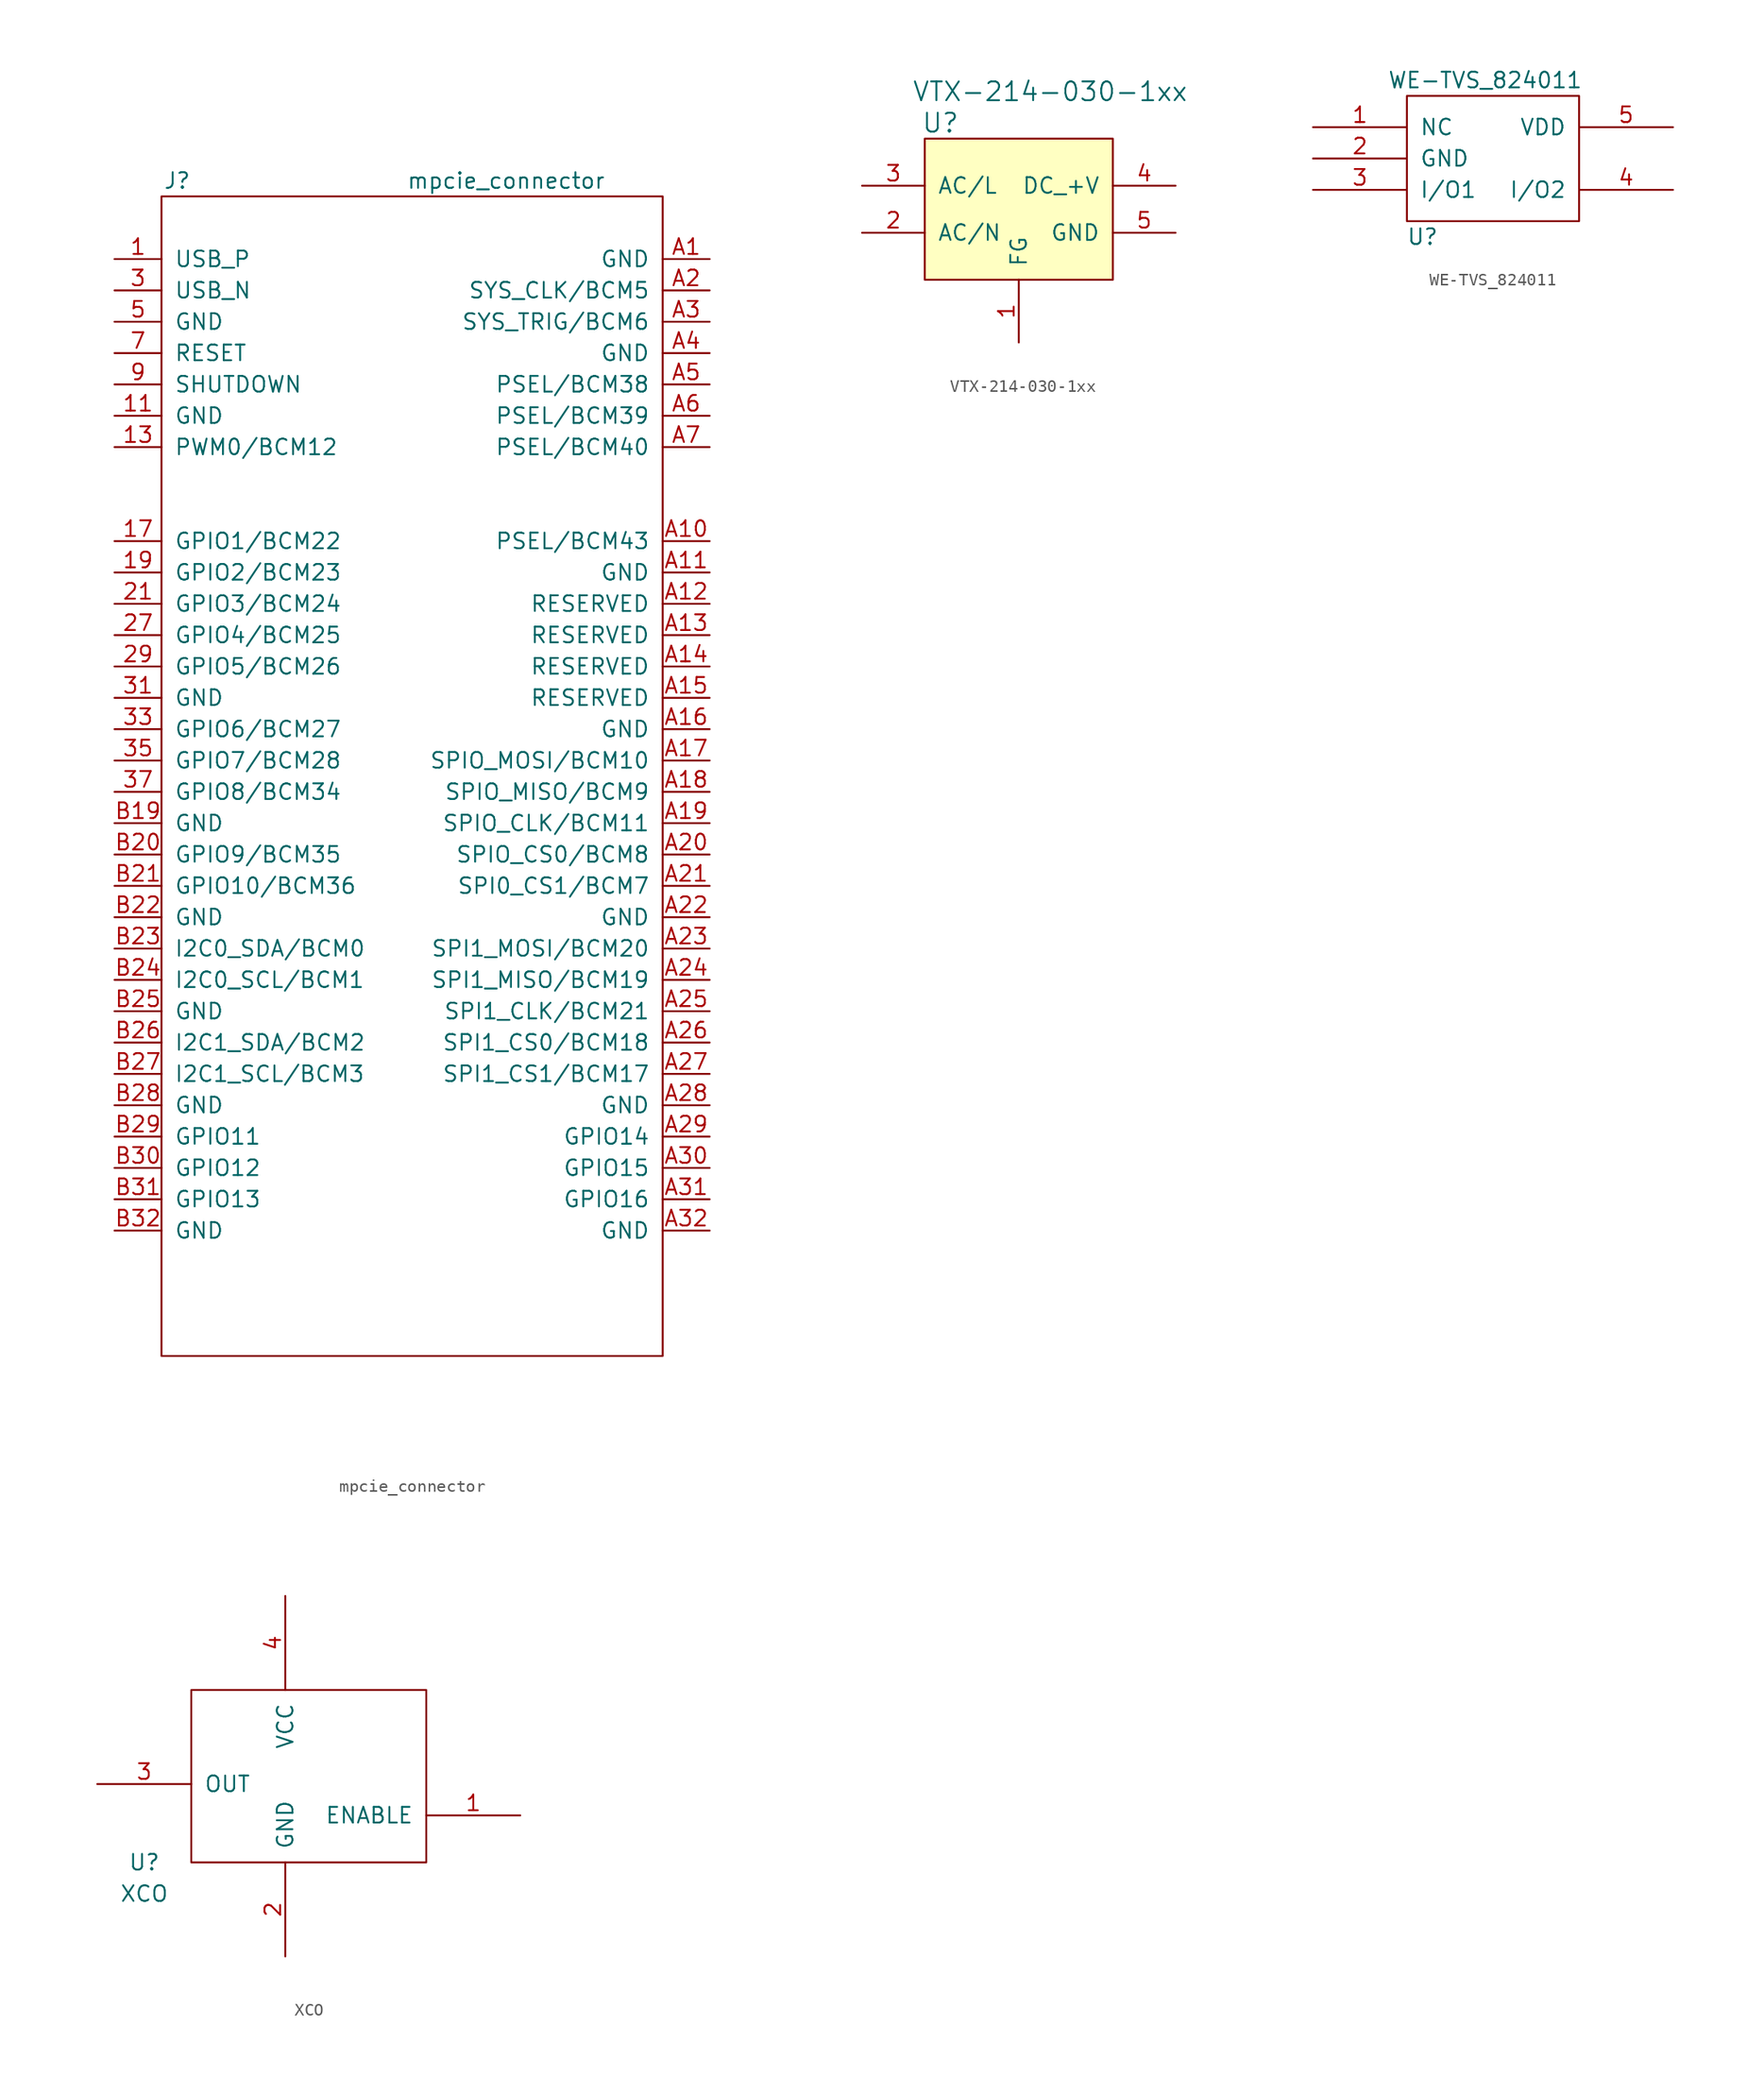
<source format=kicad_sym>
(kicad_symbol_lib
  (version 20211014)
  (generator kicad_symbol_editor)
  (symbol "mpcie_connector"
    (pin_names
      (offset 1.016))
    (property "Reference" "J"
      (at -19.05 45.72 0)
      (effects (font (size 1.27 1.27))))
    (property "Value" "mpcie_connector"
      (at 7.62 45.72 0)
      (effects (font (size 1.27 1.27))))
    (symbol "mpcie_connector_1_0"
      (rectangle (start -20.32 -49.53) (end 20.32 44.45) (stroke (width 0) (type default) (color 0 0 0 0)) (fill (type none))))
    (symbol "mpcie_connector_1_1"
      (pin input line (at -24.13 39.37 0) (length 3.81) (name "USB_P" (effects (font (size 1.27 1.27)))) (number "1" (effects (font (size 1.27 1.27)))))
      (pin input line (at -24.13 26.67 0) (length 3.81) (name "GND" (effects (font (size 1.27 1.27)))) (number "11" (effects (font (size 1.27 1.27)))))
      (pin input line (at -24.13 24.13 0) (length 3.81) (name "PWM0/BCM12" (effects (font (size 1.27 1.27)))) (number "13" (effects (font (size 1.27 1.27)))))
      (pin input line (at -24.13 16.51 0) (length 3.81) (name "GPIO1/BCM22" (effects (font (size 1.27 1.27)))) (number "17" (effects (font (size 1.27 1.27)))))
      (pin input line (at -24.13 13.97 0) (length 3.81) (name "GPIO2/BCM23" (effects (font (size 1.27 1.27)))) (number "19" (effects (font (size 1.27 1.27)))))
      (pin input line (at -24.13 11.43 0) (length 3.81) (name "GPIO3/BCM24" (effects (font (size 1.27 1.27)))) (number "21" (effects (font (size 1.27 1.27)))))
      (pin input line (at -24.13 8.89 0) (length 3.81) (name "GPIO4/BCM25" (effects (font (size 1.27 1.27)))) (number "27" (effects (font (size 1.27 1.27)))))
      (pin input line (at -24.13 6.35 0) (length 3.81) (name "GPIO5/BCM26" (effects (font (size 1.27 1.27)))) (number "29" (effects (font (size 1.27 1.27)))))
      (pin input line (at -24.13 36.83 0) (length 3.81) (name "USB_N" (effects (font (size 1.27 1.27)))) (number "3" (effects (font (size 1.27 1.27)))))
      (pin input line (at -24.13 3.81 0) (length 3.81) (name "GND" (effects (font (size 1.27 1.27)))) (number "31" (effects (font (size 1.27 1.27)))))
      (pin input line (at -24.13 1.27 0) (length 3.81) (name "GPIO6/BCM27" (effects (font (size 1.27 1.27)))) (number "33" (effects (font (size 1.27 1.27)))))
      (pin input line (at -24.13 -1.27 0) (length 3.81) (name "GPIO7/BCM28" (effects (font (size 1.27 1.27)))) (number "35" (effects (font (size 1.27 1.27)))))
      (pin input line (at -24.13 -3.81 0) (length 3.81) (name "GPIO8/BCM34" (effects (font (size 1.27 1.27)))) (number "37" (effects (font (size 1.27 1.27)))))
      (pin input line (at -24.13 34.29 0) (length 3.81) (name "GND" (effects (font (size 1.27 1.27)))) (number "5" (effects (font (size 1.27 1.27)))))
      (pin input line (at -24.13 31.75 0) (length 3.81) (name "RESET" (effects (font (size 1.27 1.27)))) (number "7" (effects (font (size 1.27 1.27)))))
      (pin input line (at -24.13 29.21 0) (length 3.81) (name "SHUTDOWN" (effects (font (size 1.27 1.27)))) (number "9" (effects (font (size 1.27 1.27)))))
      (pin input line (at 24.13 39.37 180) (length 3.81) (name "GND" (effects (font (size 1.27 1.27)))) (number "A1" (effects (font (size 1.27 1.27)))))
      (pin input line (at 24.13 16.51 180) (length 3.81) (name "PSEL/BCM43" (effects (font (size 1.27 1.27)))) (number "A10" (effects (font (size 1.27 1.27)))))
      (pin input line (at 24.13 13.97 180) (length 3.81) (name "GND" (effects (font (size 1.27 1.27)))) (number "A11" (effects (font (size 1.27 1.27)))))
      (pin input line (at 24.13 11.43 180) (length 3.81) (name "RESERVED" (effects (font (size 1.27 1.27)))) (number "A12" (effects (font (size 1.27 1.27)))))
      (pin input line (at 24.13 8.89 180) (length 3.81) (name "RESERVED" (effects (font (size 1.27 1.27)))) (number "A13" (effects (font (size 1.27 1.27)))))
      (pin input line (at 24.13 6.35 180) (length 3.81) (name "RESERVED" (effects (font (size 1.27 1.27)))) (number "A14" (effects (font (size 1.27 1.27)))))
      (pin input line (at 24.13 3.81 180) (length 3.81) (name "RESERVED" (effects (font (size 1.27 1.27)))) (number "A15" (effects (font (size 1.27 1.27)))))
      (pin input line (at 24.13 1.27 180) (length 3.81) (name "GND" (effects (font (size 1.27 1.27)))) (number "A16" (effects (font (size 1.27 1.27)))))
      (pin input line (at 24.13 -1.27 180) (length 3.81) (name "SPIO_MOSI/BCM10" (effects (font (size 1.27 1.27)))) (number "A17" (effects (font (size 1.27 1.27)))))
      (pin input line (at 24.13 -3.81 180) (length 3.81) (name "SPIO_MISO/BCM9" (effects (font (size 1.27 1.27)))) (number "A18" (effects (font (size 1.27 1.27)))))
      (pin input line (at 24.13 -6.35 180) (length 3.81) (name "SPIO_CLK/BCM11" (effects (font (size 1.27 1.27)))) (number "A19" (effects (font (size 1.27 1.27)))))
      (pin input line (at 24.13 36.83 180) (length 3.81) (name "SYS_CLK/BCM5" (effects (font (size 1.27 1.27)))) (number "A2" (effects (font (size 1.27 1.27)))))
      (pin input line (at 24.13 -8.89 180) (length 3.81) (name "SPIO_CS0/BCM8" (effects (font (size 1.27 1.27)))) (number "A20" (effects (font (size 1.27 1.27)))))
      (pin input line (at 24.13 -11.43 180) (length 3.81) (name "SPI0_CS1/BCM7" (effects (font (size 1.27 1.27)))) (number "A21" (effects (font (size 1.27 1.27)))))
      (pin input line (at 24.13 -13.97 180) (length 3.81) (name "GND" (effects (font (size 1.27 1.27)))) (number "A22" (effects (font (size 1.27 1.27)))))
      (pin input line (at 24.13 -16.51 180) (length 3.81) (name "SPI1_MOSI/BCM20" (effects (font (size 1.27 1.27)))) (number "A23" (effects (font (size 1.27 1.27)))))
      (pin input line (at 24.13 -19.05 180) (length 3.81) (name "SPI1_MISO/BCM19" (effects (font (size 1.27 1.27)))) (number "A24" (effects (font (size 1.27 1.27)))))
      (pin input line (at 24.13 -21.59 180) (length 3.81) (name "SPI1_CLK/BCM21" (effects (font (size 1.27 1.27)))) (number "A25" (effects (font (size 1.27 1.27)))))
      (pin input line (at 24.13 -24.13 180) (length 3.81) (name "SPI1_CS0/BCM18" (effects (font (size 1.27 1.27)))) (number "A26" (effects (font (size 1.27 1.27)))))
      (pin input line (at 24.13 -26.67 180) (length 3.81) (name "SPI1_CS1/BCM17" (effects (font (size 1.27 1.27)))) (number "A27" (effects (font (size 1.27 1.27)))))
      (pin input line (at 24.13 -29.21 180) (length 3.81) (name "GND" (effects (font (size 1.27 1.27)))) (number "A28" (effects (font (size 1.27 1.27)))))
      (pin input line (at 24.13 -31.75 180) (length 3.81) (name "GPIO14" (effects (font (size 1.27 1.27)))) (number "A29" (effects (font (size 1.27 1.27)))))
      (pin input line (at 24.13 34.29 180) (length 3.81) (name "SYS_TRIG/BCM6" (effects (font (size 1.27 1.27)))) (number "A3" (effects (font (size 1.27 1.27)))))
      (pin input line (at 24.13 -34.29 180) (length 3.81) (name "GPIO15" (effects (font (size 1.27 1.27)))) (number "A30" (effects (font (size 1.27 1.27)))))
      (pin input line (at 24.13 -36.83 180) (length 3.81) (name "GPIO16" (effects (font (size 1.27 1.27)))) (number "A31" (effects (font (size 1.27 1.27)))))
      (pin input line (at 24.13 -39.37 180) (length 3.81) (name "GND" (effects (font (size 1.27 1.27)))) (number "A32" (effects (font (size 1.27 1.27)))))
      (pin input line (at 24.13 31.75 180) (length 3.81) (name "GND" (effects (font (size 1.27 1.27)))) (number "A4" (effects (font (size 1.27 1.27)))))
      (pin input line (at 24.13 29.21 180) (length 3.81) (name "PSEL/BCM38" (effects (font (size 1.27 1.27)))) (number "A5" (effects (font (size 1.27 1.27)))))
      (pin input line (at 24.13 26.67 180) (length 3.81) (name "PSEL/BCM39" (effects (font (size 1.27 1.27)))) (number "A6" (effects (font (size 1.27 1.27)))))
      (pin input line (at 24.13 24.13 180) (length 3.81) (name "PSEL/BCM40" (effects (font (size 1.27 1.27)))) (number "A7" (effects (font (size 1.27 1.27)))))
      (pin input line (at -24.13 -6.35 0) (length 3.81) (name "GND" (effects (font (size 1.27 1.27)))) (number "B19" (effects (font (size 1.27 1.27)))))
      (pin input line (at -24.13 -8.89 0) (length 3.81) (name "GPIO9/BCM35" (effects (font (size 1.27 1.27)))) (number "B20" (effects (font (size 1.27 1.27)))))
      (pin input line (at -24.13 -11.43 0) (length 3.81) (name "GPIO10/BCM36" (effects (font (size 1.27 1.27)))) (number "B21" (effects (font (size 1.27 1.27)))))
      (pin input line (at -24.13 -13.97 0) (length 3.81) (name "GND" (effects (font (size 1.27 1.27)))) (number "B22" (effects (font (size 1.27 1.27)))))
      (pin input line (at -24.13 -16.51 0) (length 3.81) (name "I2C0_SDA/BCM0" (effects (font (size 1.27 1.27)))) (number "B23" (effects (font (size 1.27 1.27)))))
      (pin input line (at -24.13 -19.05 0) (length 3.81) (name "I2C0_SCL/BCM1" (effects (font (size 1.27 1.27)))) (number "B24" (effects (font (size 1.27 1.27)))))
      (pin input line (at -24.13 -21.59 0) (length 3.81) (name "GND" (effects (font (size 1.27 1.27)))) (number "B25" (effects (font (size 1.27 1.27)))))
      (pin input line (at -24.13 -24.13 0) (length 3.81) (name "I2C1_SDA/BCM2" (effects (font (size 1.27 1.27)))) (number "B26" (effects (font (size 1.27 1.27)))))
      (pin input line (at -24.13 -26.67 0) (length 3.81) (name "I2C1_SCL/BCM3" (effects (font (size 1.27 1.27)))) (number "B27" (effects (font (size 1.27 1.27)))))
      (pin input line (at -24.13 -29.21 0) (length 3.81) (name "GND" (effects (font (size 1.27 1.27)))) (number "B28" (effects (font (size 1.27 1.27)))))
      (pin input line (at -24.13 -31.75 0) (length 3.81) (name "GPIO11" (effects (font (size 1.27 1.27)))) (number "B29" (effects (font (size 1.27 1.27)))))
      (pin input line (at -24.13 -34.29 0) (length 3.81) (name "GPIO12" (effects (font (size 1.27 1.27)))) (number "B30" (effects (font (size 1.27 1.27)))))
      (pin input line (at -24.13 -36.83 0) (length 3.81) (name "GPIO13" (effects (font (size 1.27 1.27)))) (number "B31" (effects (font (size 1.27 1.27)))))
      (pin input line (at -24.13 -39.37 0) (length 3.81) (name "GND" (effects (font (size 1.27 1.27)))) (number "B32" (effects (font (size 1.27 1.27)))))))
  (symbol "VTX-214-030-1xx"
    (pin_names
      (offset 1.016))
    (property "Reference" "U"
      (at -6.35 1.27 0)
      (effects (font (size 1.524 1.524))))
    (property "Value" "VTX-214-030-1xx"
      (at 2.54 3.81 0)
      (effects (font (size 1.524 1.524))))
    (symbol "VTX-214-030-1xx_0_1"
      (rectangle (start -7.62 0) (end 7.62 -11.43) (stroke (width 0) (type default) (color 0 0 0 0)) (fill (type background))))
    (symbol "VTX-214-030-1xx_1_1"
      (pin input line (at 0 -16.51 90) (length 5.08) (name "FG" (effects (font (size 1.27 1.27)))) (number "1" (effects (font (size 1.27 1.27)))))
      (pin input line (at -12.7 -7.62 0) (length 5.08) (name "AC/N" (effects (font (size 1.27 1.27)))) (number "2" (effects (font (size 1.27 1.27)))))
      (pin input line (at -12.7 -3.81 0) (length 5.08) (name "AC/L" (effects (font (size 1.27 1.27)))) (number "3" (effects (font (size 1.27 1.27)))))
      (pin input line (at 12.7 -3.81 180) (length 5.08) (name "DC_+V" (effects (font (size 1.27 1.27)))) (number "4" (effects (font (size 1.27 1.27)))))
      (pin input line (at 12.7 -7.62 180) (length 5.08) (name "GND" (effects (font (size 1.27 1.27)))) (number "5" (effects (font (size 1.27 1.27)))))))
  (symbol "WE-TVS_824011"
    (pin_names
      (offset 1.016))
    (property "Reference" "U"
      (at -6.35 -6.35 0)
      (effects (font (size 1.27 1.27))))
    (property "Value" "WE-TVS_824011"
      (at -1.27 6.35 0)
      (effects (font (size 1.27 1.27))))
    (symbol "WE-TVS_824011_1_0"
      (rectangle (start -7.62 -5.08) (end 6.35 5.08) (stroke (width 0) (type default) (color 0 0 0 0)) (fill (type none))))
    (symbol "WE-TVS_824011_1_1"
      (pin input line (at -15.24 2.54 0) (length 7.62) (name "NC" (effects (font (size 1.27 1.27)))) (number "1" (effects (font (size 1.27 1.27)))))
      (pin input line (at -15.24 0 0) (length 7.62) (name "GND" (effects (font (size 1.27 1.27)))) (number "2" (effects (font (size 1.27 1.27)))))
      (pin input line (at -15.24 -2.54 0) (length 7.62) (name "I/O1" (effects (font (size 1.27 1.27)))) (number "3" (effects (font (size 1.27 1.27)))))
      (pin input line (at 13.97 -2.54 180) (length 7.62) (name "I/O2" (effects (font (size 1.27 1.27)))) (number "4" (effects (font (size 1.27 1.27)))))
      (pin input line (at 13.97 2.54 180) (length 7.62) (name "VDD" (effects (font (size 1.27 1.27)))) (number "5" (effects (font (size 1.27 1.27)))))))
  (symbol "XCO"
    (pin_names
      (offset 1.016))
    (property "Reference" "U"
      (at -10.16 -5.08 0)
      (effects (font (size 1.27 1.27))))
    (property "Value" "XCO"
      (at -10.16 -7.62 0)
      (effects (font (size 1.27 1.27))))
    (symbol "XCO_1_0"
      (rectangle (start -6.35 -5.08) (end 12.7 8.89) (stroke (width 0) (type default) (color 0 0 0 0)) (fill (type none))))
    (symbol "XCO_1_1"
      (pin input line (at 20.32 -1.27 180) (length 7.62) (name "ENABLE" (effects (font (size 1.27 1.27)))) (number "1" (effects (font (size 1.27 1.27)))))
      (pin input line (at 1.27 -12.7 90) (length 7.62) (name "GND" (effects (font (size 1.27 1.27)))) (number "2" (effects (font (size 1.27 1.27)))))
      (pin input line (at -13.97 1.27 0) (length 7.62) (name "OUT" (effects (font (size 1.27 1.27)))) (number "3" (effects (font (size 1.27 1.27)))))
      (pin input line (at 1.27 16.51 270) (length 7.62) (name "VCC" (effects (font (size 1.27 1.27)))) (number "4" (effects (font (size 1.27 1.27))))))))
</source>
